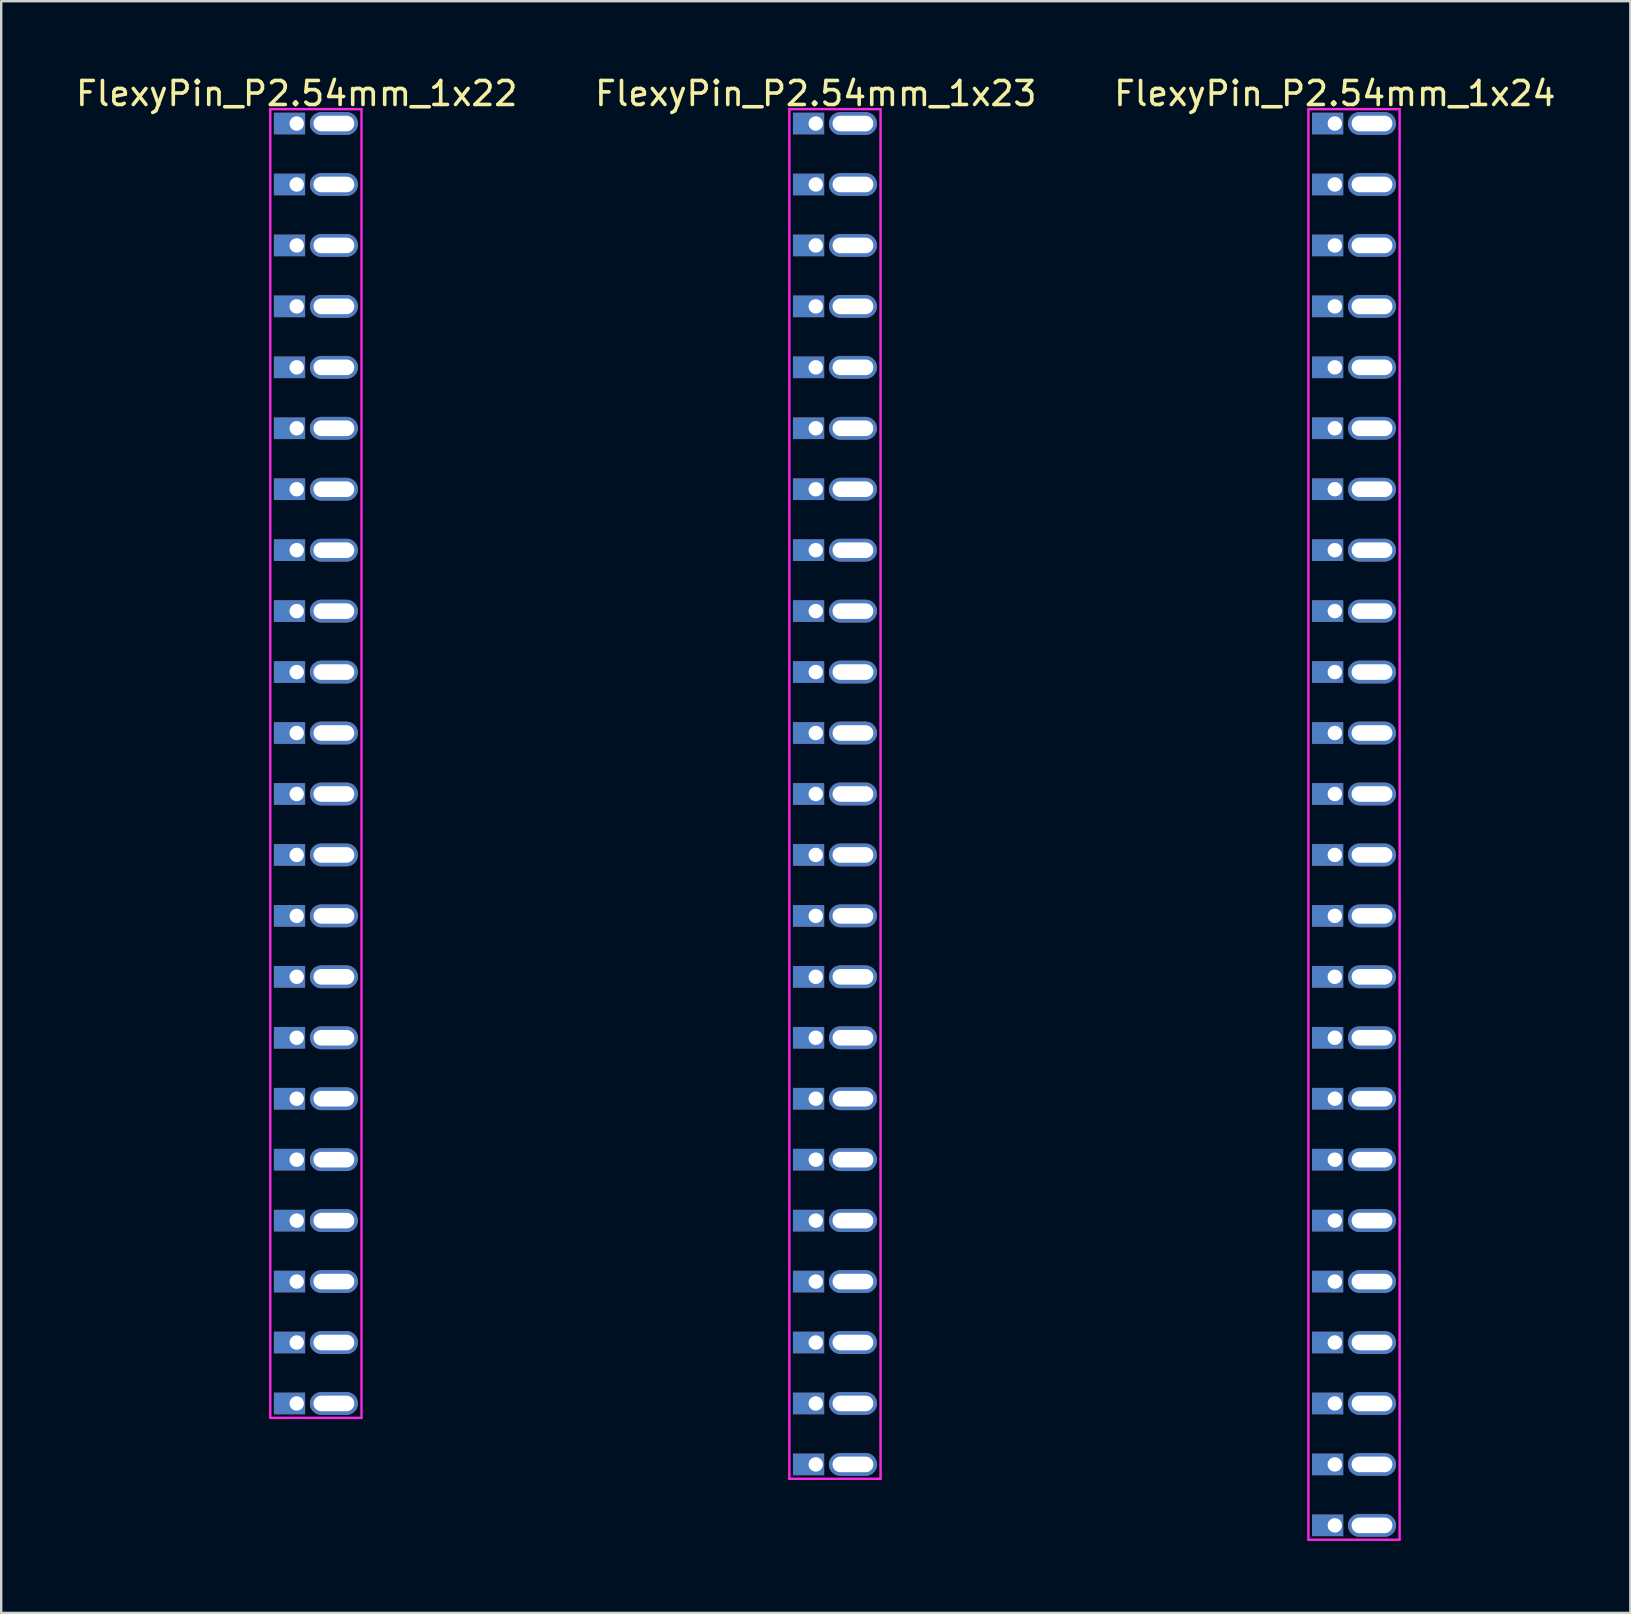
<source format=kicad_pcb>
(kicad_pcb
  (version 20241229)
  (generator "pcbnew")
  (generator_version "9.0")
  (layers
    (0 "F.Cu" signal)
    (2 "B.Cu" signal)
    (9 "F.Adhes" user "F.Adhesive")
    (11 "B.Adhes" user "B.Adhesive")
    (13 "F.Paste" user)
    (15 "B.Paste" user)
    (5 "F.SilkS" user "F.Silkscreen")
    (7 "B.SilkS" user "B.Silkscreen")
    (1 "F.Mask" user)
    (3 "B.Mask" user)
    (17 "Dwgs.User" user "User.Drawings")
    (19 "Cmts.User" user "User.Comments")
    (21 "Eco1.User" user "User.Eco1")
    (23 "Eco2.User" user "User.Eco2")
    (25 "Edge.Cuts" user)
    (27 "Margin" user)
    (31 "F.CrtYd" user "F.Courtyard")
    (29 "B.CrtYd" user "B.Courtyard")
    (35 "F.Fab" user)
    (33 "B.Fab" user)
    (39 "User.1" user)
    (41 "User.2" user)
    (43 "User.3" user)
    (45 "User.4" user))
  (footprint "FlexyPin_P2.54mm_1x24"
    (layer "F.Cu")
    (at 52.577 2.098)
    (property "Reference" "FlexyPin_P2.54mm_1x24" (at 0 -1.25 0) (layer "F.SilkS") (effects (font (size 1 1) (thickness 0.15))))
    (attr through_hole)
    (fp_line (start -1.1 -0.6) (end 2.7 -0.6) (stroke (width 0.1) (type solid)) (layer "F.CrtYd"))
    (fp_line (start -1.1 59.02) (end -1.1 -0.6) (stroke (width 0.1) (type solid)) (layer "F.CrtYd"))
    (fp_line (start 2.7 -0.6) (end 2.7 59.02) (stroke (width 0.1) (type solid)) (layer "F.CrtYd"))
    (fp_line (start 2.7 59.02) (end -1.1 59.02) (stroke (width 0.1) (type solid)) (layer "F.CrtYd"))
    (pad "" thru_hole oval (at 1.55 0) (size 2 0.95) (drill oval 1.7 0.65) (layers "*.Cu" "*.Mask"))
    (pad "" thru_hole oval (at 1.55 2.54) (size 2 0.95) (drill oval 1.7 0.65) (layers "*.Cu" "*.Mask"))
    (pad "" thru_hole oval (at 1.55 5.08) (size 2 0.95) (drill oval 1.7 0.65) (layers "*.Cu" "*.Mask"))
    (pad "" thru_hole oval (at 1.55 7.62) (size 2 0.95) (drill oval 1.7 0.65) (layers "*.Cu" "*.Mask"))
    (pad "" thru_hole oval (at 1.55 10.16) (size 2 0.95) (drill oval 1.7 0.65) (layers "*.Cu" "*.Mask"))
    (pad "" thru_hole oval (at 1.55 12.7) (size 2 0.95) (drill oval 1.7 0.65) (layers "*.Cu" "*.Mask"))
    (pad "" thru_hole oval (at 1.55 15.24) (size 2 0.95) (drill oval 1.7 0.65) (layers "*.Cu" "*.Mask"))
    (pad "" thru_hole oval (at 1.55 17.78) (size 2 0.95) (drill oval 1.7 0.65) (layers "*.Cu" "*.Mask"))
    (pad "" thru_hole oval (at 1.55 20.32) (size 2 0.95) (drill oval 1.7 0.65) (layers "*.Cu" "*.Mask"))
    (pad "" thru_hole oval (at 1.55 22.86) (size 2 0.95) (drill oval 1.7 0.65) (layers "*.Cu" "*.Mask"))
    (pad "" thru_hole oval (at 1.55 25.4) (size 2 0.95) (drill oval 1.7 0.65) (layers "*.Cu" "*.Mask"))
    (pad "" thru_hole oval (at 1.55 27.94) (size 2 0.95) (drill oval 1.7 0.65) (layers "*.Cu" "*.Mask"))
    (pad "" thru_hole oval (at 1.55 30.48) (size 2 0.95) (drill oval 1.7 0.65) (layers "*.Cu" "*.Mask"))
    (pad "" thru_hole oval (at 1.55 33.02) (size 2 0.95) (drill oval 1.7 0.65) (layers "*.Cu" "*.Mask"))
    (pad "" thru_hole oval (at 1.55 35.56) (size 2 0.95) (drill oval 1.7 0.65) (layers "*.Cu" "*.Mask"))
    (pad "" thru_hole oval (at 1.55 38.1) (size 2 0.95) (drill oval 1.7 0.65) (layers "*.Cu" "*.Mask"))
    (pad "" thru_hole oval (at 1.55 40.64) (size 2 0.95) (drill oval 1.7 0.65) (layers "*.Cu" "*.Mask"))
    (pad "" thru_hole oval (at 1.55 43.18) (size 2 0.95) (drill oval 1.7 0.65) (layers "*.Cu" "*.Mask"))
    (pad "" thru_hole oval (at 1.55 45.72) (size 2 0.95) (drill oval 1.7 0.65) (layers "*.Cu" "*.Mask"))
    (pad "" thru_hole oval (at 1.55 48.26) (size 2 0.95) (drill oval 1.7 0.65) (layers "*.Cu" "*.Mask"))
    (pad "" thru_hole oval (at 1.55 50.8) (size 2 0.95) (drill oval 1.7 0.65) (layers "*.Cu" "*.Mask"))
    (pad "" thru_hole oval (at 1.55 53.34) (size 2 0.95) (drill oval 1.7 0.65) (layers "*.Cu" "*.Mask"))
    (pad "" thru_hole oval (at 1.55 55.88) (size 2 0.95) (drill oval 1.7 0.65) (layers "*.Cu" "*.Mask"))
    (pad "" thru_hole oval (at 1.55 58.42) (size 2 0.95) (drill oval 1.7 0.65) (layers "*.Cu" "*.Mask"))
    (pad "1" thru_hole rect (at 0 0) (size 1.3 0.9) (drill 0.6 (offset -0.3 0)) (layers "*.Cu" "*.Mask"))
    (pad "2" thru_hole rect (at 0 2.54) (size 1.3 0.9) (drill 0.6 (offset -0.3 0)) (layers "*.Cu" "*.Mask"))
    (pad "3" thru_hole rect (at 0 5.08) (size 1.3 0.9) (drill 0.6 (offset -0.3 0)) (layers "*.Cu" "*.Mask"))
    (pad "4" thru_hole rect (at 0 7.62) (size 1.3 0.9) (drill 0.6 (offset -0.3 0)) (layers "*.Cu" "*.Mask"))
    (pad "5" thru_hole rect (at 0 10.16) (size 1.3 0.9) (drill 0.6 (offset -0.3 0)) (layers "*.Cu" "*.Mask"))
    (pad "6" thru_hole rect (at 0 12.7) (size 1.3 0.9) (drill 0.6 (offset -0.3 0)) (layers "*.Cu" "*.Mask"))
    (pad "7" thru_hole rect (at 0 15.24) (size 1.3 0.9) (drill 0.6 (offset -0.3 0)) (layers "*.Cu" "*.Mask"))
    (pad "8" thru_hole rect (at 0 17.78) (size 1.3 0.9) (drill 0.6 (offset -0.3 0)) (layers "*.Cu" "*.Mask"))
    (pad "9" thru_hole rect (at 0 20.32) (size 1.3 0.9) (drill 0.6 (offset -0.3 0)) (layers "*.Cu" "*.Mask"))
    (pad "10" thru_hole rect (at 0 22.86) (size 1.3 0.9) (drill 0.6 (offset -0.3 0)) (layers "*.Cu" "*.Mask"))
    (pad "11" thru_hole rect (at 0 25.4) (size 1.3 0.9) (drill 0.6 (offset -0.3 0)) (layers "*.Cu" "*.Mask"))
    (pad "12" thru_hole rect (at 0 27.94) (size 1.3 0.9) (drill 0.6 (offset -0.3 0)) (layers "*.Cu" "*.Mask"))
    (pad "13" thru_hole rect (at 0 30.48) (size 1.3 0.9) (drill 0.6 (offset -0.3 0)) (layers "*.Cu" "*.Mask"))
    (pad "14" thru_hole rect (at 0 33.02) (size 1.3 0.9) (drill 0.6 (offset -0.3 0)) (layers "*.Cu" "*.Mask"))
    (pad "15" thru_hole rect (at 0 35.56) (size 1.3 0.9) (drill 0.6 (offset -0.3 0)) (layers "*.Cu" "*.Mask"))
    (pad "16" thru_hole rect (at 0 38.1) (size 1.3 0.9) (drill 0.6 (offset -0.3 0)) (layers "*.Cu" "*.Mask"))
    (pad "17" thru_hole rect (at 0 40.64) (size 1.3 0.9) (drill 0.6 (offset -0.3 0)) (layers "*.Cu" "*.Mask"))
    (pad "18" thru_hole rect (at 0 43.18) (size 1.3 0.9) (drill 0.6 (offset -0.3 0)) (layers "*.Cu" "*.Mask"))
    (pad "19" thru_hole rect (at 0 45.72) (size 1.3 0.9) (drill 0.6 (offset -0.3 0)) (layers "*.Cu" "*.Mask"))
    (pad "20" thru_hole rect (at 0 48.26) (size 1.3 0.9) (drill 0.6 (offset -0.3 0)) (layers "*.Cu" "*.Mask"))
    (pad "21" thru_hole rect (at 0 50.8) (size 1.3 0.9) (drill 0.6 (offset -0.3 0)) (layers "*.Cu" "*.Mask"))
    (pad "22" thru_hole rect (at 0 53.34) (size 1.3 0.9) (drill 0.6 (offset -0.3 0)) (layers "*.Cu" "*.Mask"))
    (pad "23" thru_hole rect (at 0 55.88) (size 1.3 0.9) (drill 0.6 (offset -0.3 0)) (layers "*.Cu" "*.Mask"))
    (pad "24" thru_hole rect (at 0 58.42) (size 1.3 0.9) (drill 0.6 (offset -0.3 0)) (layers "*.Cu" "*.Mask")))
  (footprint "FlexyPin_P2.54mm_1x23"
    (layer "F.Cu")
    (at 30.946 2.098)
    (property "Reference" "FlexyPin_P2.54mm_1x23" (at 0 -1.25 0) (layer "F.SilkS") (effects (font (size 1 1) (thickness 0.15))))
    (attr through_hole)
    (fp_line (start -1.1 -0.6) (end 2.7 -0.6) (stroke (width 0.1) (type solid)) (layer "F.CrtYd"))
    (fp_line (start -1.1 56.48) (end -1.1 -0.6) (stroke (width 0.1) (type solid)) (layer "F.CrtYd"))
    (fp_line (start 2.7 -0.6) (end 2.7 56.48) (stroke (width 0.1) (type solid)) (layer "F.CrtYd"))
    (fp_line (start 2.7 56.48) (end -1.1 56.48) (stroke (width 0.1) (type solid)) (layer "F.CrtYd"))
    (pad "" thru_hole oval (at 1.55 0) (size 2 0.95) (drill oval 1.7 0.65) (layers "*.Cu" "*.Mask"))
    (pad "" thru_hole oval (at 1.55 2.54) (size 2 0.95) (drill oval 1.7 0.65) (layers "*.Cu" "*.Mask"))
    (pad "" thru_hole oval (at 1.55 5.08) (size 2 0.95) (drill oval 1.7 0.65) (layers "*.Cu" "*.Mask"))
    (pad "" thru_hole oval (at 1.55 7.62) (size 2 0.95) (drill oval 1.7 0.65) (layers "*.Cu" "*.Mask"))
    (pad "" thru_hole oval (at 1.55 10.16) (size 2 0.95) (drill oval 1.7 0.65) (layers "*.Cu" "*.Mask"))
    (pad "" thru_hole oval (at 1.55 12.7) (size 2 0.95) (drill oval 1.7 0.65) (layers "*.Cu" "*.Mask"))
    (pad "" thru_hole oval (at 1.55 15.24) (size 2 0.95) (drill oval 1.7 0.65) (layers "*.Cu" "*.Mask"))
    (pad "" thru_hole oval (at 1.55 17.78) (size 2 0.95) (drill oval 1.7 0.65) (layers "*.Cu" "*.Mask"))
    (pad "" thru_hole oval (at 1.55 20.32) (size 2 0.95) (drill oval 1.7 0.65) (layers "*.Cu" "*.Mask"))
    (pad "" thru_hole oval (at 1.55 22.86) (size 2 0.95) (drill oval 1.7 0.65) (layers "*.Cu" "*.Mask"))
    (pad "" thru_hole oval (at 1.55 25.4) (size 2 0.95) (drill oval 1.7 0.65) (layers "*.Cu" "*.Mask"))
    (pad "" thru_hole oval (at 1.55 27.94) (size 2 0.95) (drill oval 1.7 0.65) (layers "*.Cu" "*.Mask"))
    (pad "" thru_hole oval (at 1.55 30.48) (size 2 0.95) (drill oval 1.7 0.65) (layers "*.Cu" "*.Mask"))
    (pad "" thru_hole oval (at 1.55 33.02) (size 2 0.95) (drill oval 1.7 0.65) (layers "*.Cu" "*.Mask"))
    (pad "" thru_hole oval (at 1.55 35.56) (size 2 0.95) (drill oval 1.7 0.65) (layers "*.Cu" "*.Mask"))
    (pad "" thru_hole oval (at 1.55 38.1) (size 2 0.95) (drill oval 1.7 0.65) (layers "*.Cu" "*.Mask"))
    (pad "" thru_hole oval (at 1.55 40.64) (size 2 0.95) (drill oval 1.7 0.65) (layers "*.Cu" "*.Mask"))
    (pad "" thru_hole oval (at 1.55 43.18) (size 2 0.95) (drill oval 1.7 0.65) (layers "*.Cu" "*.Mask"))
    (pad "" thru_hole oval (at 1.55 45.72) (size 2 0.95) (drill oval 1.7 0.65) (layers "*.Cu" "*.Mask"))
    (pad "" thru_hole oval (at 1.55 48.26) (size 2 0.95) (drill oval 1.7 0.65) (layers "*.Cu" "*.Mask"))
    (pad "" thru_hole oval (at 1.55 50.8) (size 2 0.95) (drill oval 1.7 0.65) (layers "*.Cu" "*.Mask"))
    (pad "" thru_hole oval (at 1.55 53.34) (size 2 0.95) (drill oval 1.7 0.65) (layers "*.Cu" "*.Mask"))
    (pad "" thru_hole oval (at 1.55 55.88) (size 2 0.95) (drill oval 1.7 0.65) (layers "*.Cu" "*.Mask"))
    (pad "1" thru_hole rect (at 0 0) (size 1.3 0.9) (drill 0.6 (offset -0.3 0)) (layers "*.Cu" "*.Mask"))
    (pad "2" thru_hole rect (at 0 2.54) (size 1.3 0.9) (drill 0.6 (offset -0.3 0)) (layers "*.Cu" "*.Mask"))
    (pad "3" thru_hole rect (at 0 5.08) (size 1.3 0.9) (drill 0.6 (offset -0.3 0)) (layers "*.Cu" "*.Mask"))
    (pad "4" thru_hole rect (at 0 7.62) (size 1.3 0.9) (drill 0.6 (offset -0.3 0)) (layers "*.Cu" "*.Mask"))
    (pad "5" thru_hole rect (at 0 10.16) (size 1.3 0.9) (drill 0.6 (offset -0.3 0)) (layers "*.Cu" "*.Mask"))
    (pad "6" thru_hole rect (at 0 12.7) (size 1.3 0.9) (drill 0.6 (offset -0.3 0)) (layers "*.Cu" "*.Mask"))
    (pad "7" thru_hole rect (at 0 15.24) (size 1.3 0.9) (drill 0.6 (offset -0.3 0)) (layers "*.Cu" "*.Mask"))
    (pad "8" thru_hole rect (at 0 17.78) (size 1.3 0.9) (drill 0.6 (offset -0.3 0)) (layers "*.Cu" "*.Mask"))
    (pad "9" thru_hole rect (at 0 20.32) (size 1.3 0.9) (drill 0.6 (offset -0.3 0)) (layers "*.Cu" "*.Mask"))
    (pad "10" thru_hole rect (at 0 22.86) (size 1.3 0.9) (drill 0.6 (offset -0.3 0)) (layers "*.Cu" "*.Mask"))
    (pad "11" thru_hole rect (at 0 25.4) (size 1.3 0.9) (drill 0.6 (offset -0.3 0)) (layers "*.Cu" "*.Mask"))
    (pad "12" thru_hole rect (at 0 27.94) (size 1.3 0.9) (drill 0.6 (offset -0.3 0)) (layers "*.Cu" "*.Mask"))
    (pad "13" thru_hole rect (at 0 30.48) (size 1.3 0.9) (drill 0.6 (offset -0.3 0)) (layers "*.Cu" "*.Mask"))
    (pad "14" thru_hole rect (at 0 33.02) (size 1.3 0.9) (drill 0.6 (offset -0.3 0)) (layers "*.Cu" "*.Mask"))
    (pad "15" thru_hole rect (at 0 35.56) (size 1.3 0.9) (drill 0.6 (offset -0.3 0)) (layers "*.Cu" "*.Mask"))
    (pad "16" thru_hole rect (at 0 38.1) (size 1.3 0.9) (drill 0.6 (offset -0.3 0)) (layers "*.Cu" "*.Mask"))
    (pad "17" thru_hole rect (at 0 40.64) (size 1.3 0.9) (drill 0.6 (offset -0.3 0)) (layers "*.Cu" "*.Mask"))
    (pad "18" thru_hole rect (at 0 43.18) (size 1.3 0.9) (drill 0.6 (offset -0.3 0)) (layers "*.Cu" "*.Mask"))
    (pad "19" thru_hole rect (at 0 45.72) (size 1.3 0.9) (drill 0.6 (offset -0.3 0)) (layers "*.Cu" "*.Mask"))
    (pad "20" thru_hole rect (at 0 48.26) (size 1.3 0.9) (drill 0.6 (offset -0.3 0)) (layers "*.Cu" "*.Mask"))
    (pad "21" thru_hole rect (at 0 50.8) (size 1.3 0.9) (drill 0.6 (offset -0.3 0)) (layers "*.Cu" "*.Mask"))
    (pad "22" thru_hole rect (at 0 53.34) (size 1.3 0.9) (drill 0.6 (offset -0.3 0)) (layers "*.Cu" "*.Mask"))
    (pad "23" thru_hole rect (at 0 55.88) (size 1.3 0.9) (drill 0.6 (offset -0.3 0)) (layers "*.Cu" "*.Mask")))
  (footprint "FlexyPin_P2.54mm_1x22"
    (layer "F.Cu")
    (at 9.315 2.098)
    (property "Reference" "FlexyPin_P2.54mm_1x22" (at 0 -1.25 0) (layer "F.SilkS") (effects (font (size 1 1) (thickness 0.15))))
    (attr through_hole)
    (fp_line (start -1.1 -0.6) (end 2.7 -0.6) (stroke (width 0.1) (type solid)) (layer "F.CrtYd"))
    (fp_line (start -1.1 53.94) (end -1.1 -0.6) (stroke (width 0.1) (type solid)) (layer "F.CrtYd"))
    (fp_line (start 2.7 -0.6) (end 2.7 53.94) (stroke (width 0.1) (type solid)) (layer "F.CrtYd"))
    (fp_line (start 2.7 53.94) (end -1.1 53.94) (stroke (width 0.1) (type solid)) (layer "F.CrtYd"))
    (pad "" thru_hole oval (at 1.55 0) (size 2 0.95) (drill oval 1.7 0.65) (layers "*.Cu" "*.Mask"))
    (pad "" thru_hole oval (at 1.55 2.54) (size 2 0.95) (drill oval 1.7 0.65) (layers "*.Cu" "*.Mask"))
    (pad "" thru_hole oval (at 1.55 5.08) (size 2 0.95) (drill oval 1.7 0.65) (layers "*.Cu" "*.Mask"))
    (pad "" thru_hole oval (at 1.55 7.62) (size 2 0.95) (drill oval 1.7 0.65) (layers "*.Cu" "*.Mask"))
    (pad "" thru_hole oval (at 1.55 10.16) (size 2 0.95) (drill oval 1.7 0.65) (layers "*.Cu" "*.Mask"))
    (pad "" thru_hole oval (at 1.55 12.7) (size 2 0.95) (drill oval 1.7 0.65) (layers "*.Cu" "*.Mask"))
    (pad "" thru_hole oval (at 1.55 15.24) (size 2 0.95) (drill oval 1.7 0.65) (layers "*.Cu" "*.Mask"))
    (pad "" thru_hole oval (at 1.55 17.78) (size 2 0.95) (drill oval 1.7 0.65) (layers "*.Cu" "*.Mask"))
    (pad "" thru_hole oval (at 1.55 20.32) (size 2 0.95) (drill oval 1.7 0.65) (layers "*.Cu" "*.Mask"))
    (pad "" thru_hole oval (at 1.55 22.86) (size 2 0.95) (drill oval 1.7 0.65) (layers "*.Cu" "*.Mask"))
    (pad "" thru_hole oval (at 1.55 25.4) (size 2 0.95) (drill oval 1.7 0.65) (layers "*.Cu" "*.Mask"))
    (pad "" thru_hole oval (at 1.55 27.94) (size 2 0.95) (drill oval 1.7 0.65) (layers "*.Cu" "*.Mask"))
    (pad "" thru_hole oval (at 1.55 30.48) (size 2 0.95) (drill oval 1.7 0.65) (layers "*.Cu" "*.Mask"))
    (pad "" thru_hole oval (at 1.55 33.02) (size 2 0.95) (drill oval 1.7 0.65) (layers "*.Cu" "*.Mask"))
    (pad "" thru_hole oval (at 1.55 35.56) (size 2 0.95) (drill oval 1.7 0.65) (layers "*.Cu" "*.Mask"))
    (pad "" thru_hole oval (at 1.55 38.1) (size 2 0.95) (drill oval 1.7 0.65) (layers "*.Cu" "*.Mask"))
    (pad "" thru_hole oval (at 1.55 40.64) (size 2 0.95) (drill oval 1.7 0.65) (layers "*.Cu" "*.Mask"))
    (pad "" thru_hole oval (at 1.55 43.18) (size 2 0.95) (drill oval 1.7 0.65) (layers "*.Cu" "*.Mask"))
    (pad "" thru_hole oval (at 1.55 45.72) (size 2 0.95) (drill oval 1.7 0.65) (layers "*.Cu" "*.Mask"))
    (pad "" thru_hole oval (at 1.55 48.26) (size 2 0.95) (drill oval 1.7 0.65) (layers "*.Cu" "*.Mask"))
    (pad "" thru_hole oval (at 1.55 50.8) (size 2 0.95) (drill oval 1.7 0.65) (layers "*.Cu" "*.Mask"))
    (pad "" thru_hole oval (at 1.55 53.34) (size 2 0.95) (drill oval 1.7 0.65) (layers "*.Cu" "*.Mask"))
    (pad "1" thru_hole rect (at 0 0) (size 1.3 0.9) (drill 0.6 (offset -0.3 0)) (layers "*.Cu" "*.Mask"))
    (pad "2" thru_hole rect (at 0 2.54) (size 1.3 0.9) (drill 0.6 (offset -0.3 0)) (layers "*.Cu" "*.Mask"))
    (pad "3" thru_hole rect (at 0 5.08) (size 1.3 0.9) (drill 0.6 (offset -0.3 0)) (layers "*.Cu" "*.Mask"))
    (pad "4" thru_hole rect (at 0 7.62) (size 1.3 0.9) (drill 0.6 (offset -0.3 0)) (layers "*.Cu" "*.Mask"))
    (pad "5" thru_hole rect (at 0 10.16) (size 1.3 0.9) (drill 0.6 (offset -0.3 0)) (layers "*.Cu" "*.Mask"))
    (pad "6" thru_hole rect (at 0 12.7) (size 1.3 0.9) (drill 0.6 (offset -0.3 0)) (layers "*.Cu" "*.Mask"))
    (pad "7" thru_hole rect (at 0 15.24) (size 1.3 0.9) (drill 0.6 (offset -0.3 0)) (layers "*.Cu" "*.Mask"))
    (pad "8" thru_hole rect (at 0 17.78) (size 1.3 0.9) (drill 0.6 (offset -0.3 0)) (layers "*.Cu" "*.Mask"))
    (pad "9" thru_hole rect (at 0 20.32) (size 1.3 0.9) (drill 0.6 (offset -0.3 0)) (layers "*.Cu" "*.Mask"))
    (pad "10" thru_hole rect (at 0 22.86) (size 1.3 0.9) (drill 0.6 (offset -0.3 0)) (layers "*.Cu" "*.Mask"))
    (pad "11" thru_hole rect (at 0 25.4) (size 1.3 0.9) (drill 0.6 (offset -0.3 0)) (layers "*.Cu" "*.Mask"))
    (pad "12" thru_hole rect (at 0 27.94) (size 1.3 0.9) (drill 0.6 (offset -0.3 0)) (layers "*.Cu" "*.Mask"))
    (pad "13" thru_hole rect (at 0 30.48) (size 1.3 0.9) (drill 0.6 (offset -0.3 0)) (layers "*.Cu" "*.Mask"))
    (pad "14" thru_hole rect (at 0 33.02) (size 1.3 0.9) (drill 0.6 (offset -0.3 0)) (layers "*.Cu" "*.Mask"))
    (pad "15" thru_hole rect (at 0 35.56) (size 1.3 0.9) (drill 0.6 (offset -0.3 0)) (layers "*.Cu" "*.Mask"))
    (pad "16" thru_hole rect (at 0 38.1) (size 1.3 0.9) (drill 0.6 (offset -0.3 0)) (layers "*.Cu" "*.Mask"))
    (pad "17" thru_hole rect (at 0 40.64) (size 1.3 0.9) (drill 0.6 (offset -0.3 0)) (layers "*.Cu" "*.Mask"))
    (pad "18" thru_hole rect (at 0 43.18) (size 1.3 0.9) (drill 0.6 (offset -0.3 0)) (layers "*.Cu" "*.Mask"))
    (pad "19" thru_hole rect (at 0 45.72) (size 1.3 0.9) (drill 0.6 (offset -0.3 0)) (layers "*.Cu" "*.Mask"))
    (pad "20" thru_hole rect (at 0 48.26) (size 1.3 0.9) (drill 0.6 (offset -0.3 0)) (layers "*.Cu" "*.Mask"))
    (pad "21" thru_hole rect (at 0 50.8) (size 1.3 0.9) (drill 0.6 (offset -0.3 0)) (layers "*.Cu" "*.Mask"))
    (pad "22" thru_hole rect (at 0 53.34) (size 1.3 0.9) (drill 0.6 (offset -0.3 0)) (layers "*.Cu" "*.Mask")))
  (gr_rect
    (start -3 -3)
    (end 64.893 64.168)
    (stroke (width 0.1) (type default))
    (fill no)
    (layer "Edge.Cuts")))
</source>
